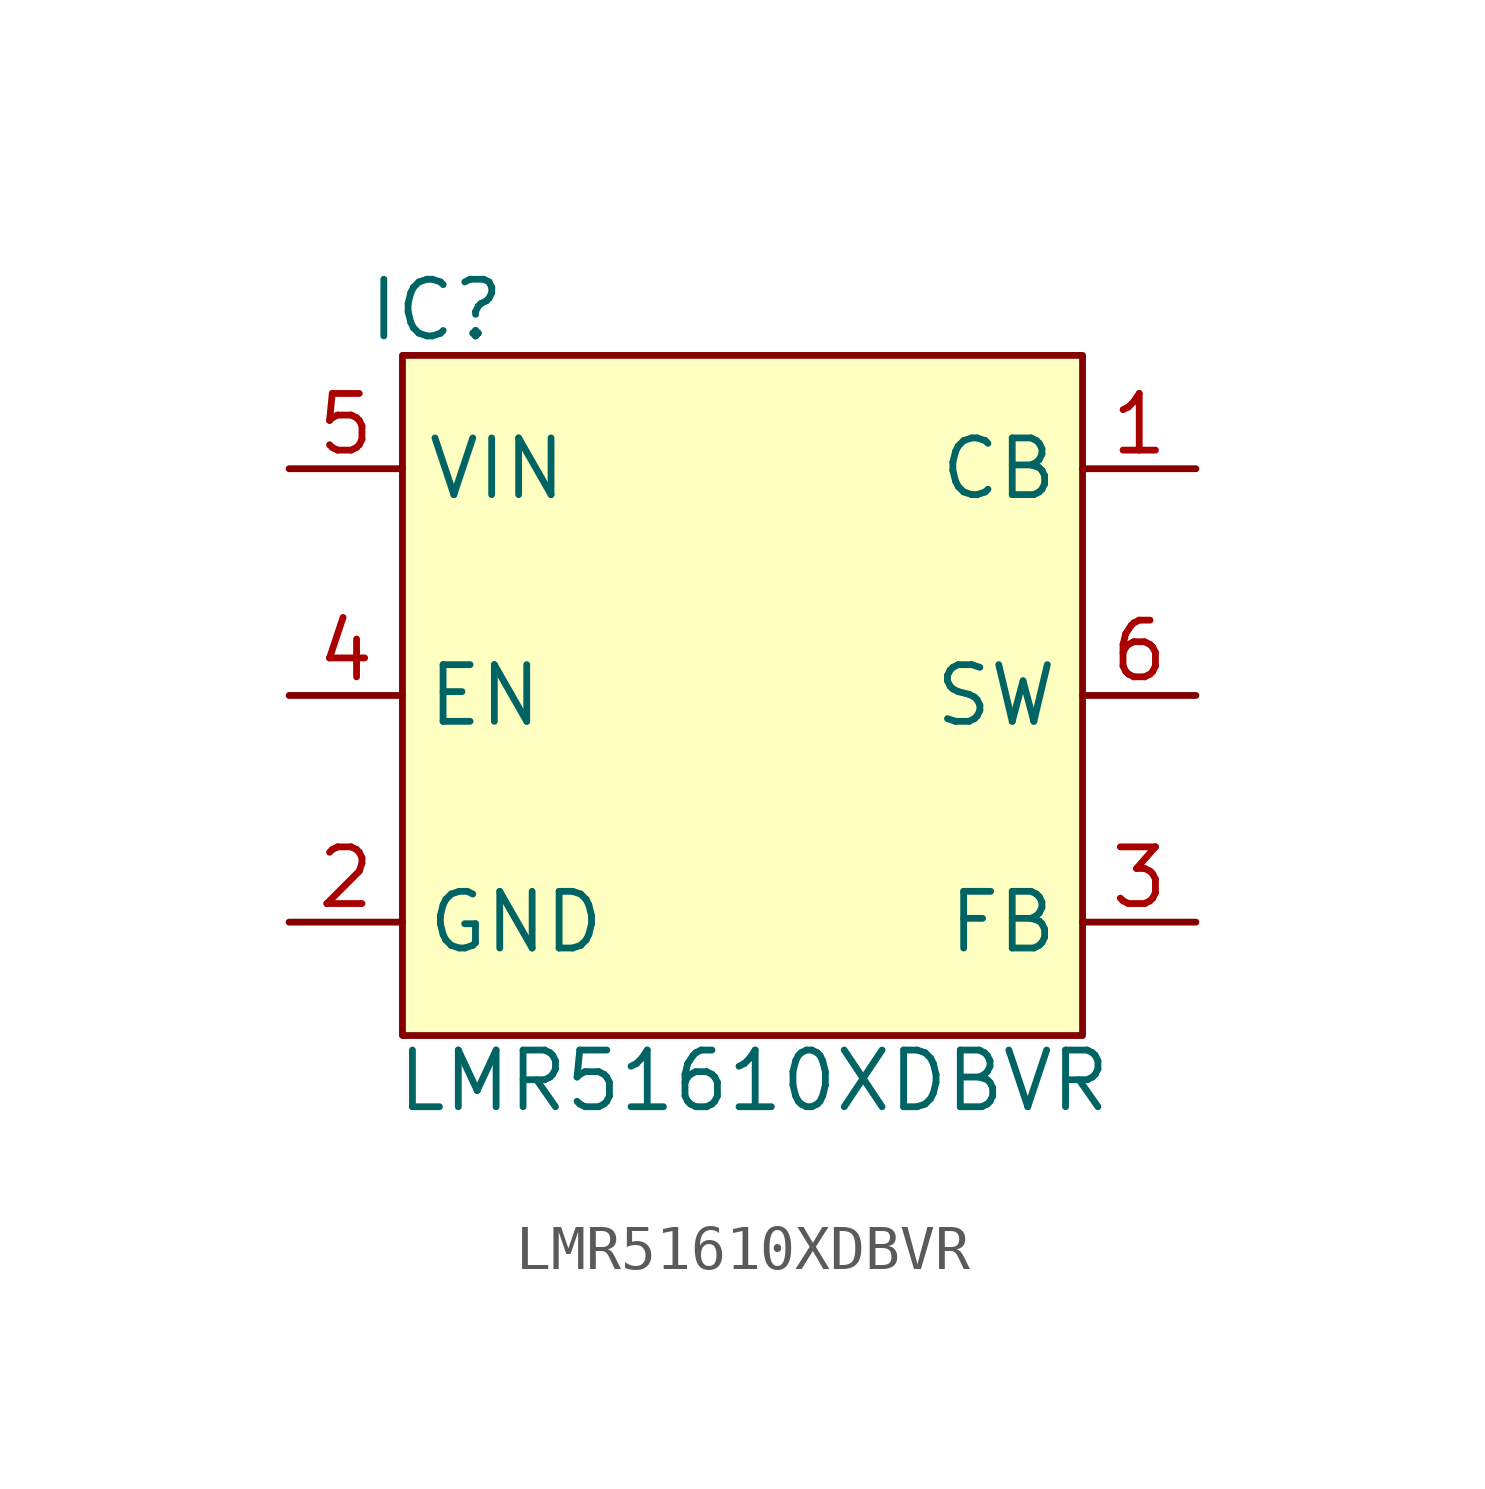
<source format=kicad_sym>
(kicad_symbol_lib
  (version 20241209)
  (generator "kicad_symbol_editor")
  (generator_version "9.0")
  (symbol "LMR51610XDBVR"
    (property "Reference" "IC"
      (at 0.762 16.256 0)
      (effects (font (size 1.27 1.27))))
    (property "Value" "LMR51610XDBVR"
      (at 7.874 -1.016 0)
      (effects (font (size 1.27 1.27))))
    (symbol "LMR51610XDBVR_1_1"
      (rectangle (start 0 15.24) (end 15.24 0) (stroke (width 0) (type solid)) (fill (type background)))
      (pin power_in line (at -2.54 12.7 0) (length 2.54) (name "VIN" (effects (font (size 1.27 1.27)))) (number "5" (effects (font (size 1.27 1.27)))))
      (pin passive line (at -2.54 7.62 0) (length 2.54) (name "EN" (effects (font (size 1.27 1.27)))) (number "4" (effects (font (size 1.27 1.27)))))
      (pin passive line (at -2.54 2.54 0) (length 2.54) (name "GND" (effects (font (size 1.27 1.27)))) (number "2" (effects (font (size 1.27 1.27)))))
      (pin passive line (at 17.78 12.7 180) (length 2.54) (name "CB" (effects (font (size 1.27 1.27)))) (number "1" (effects (font (size 1.27 1.27)))))
      (pin power_out line (at 17.78 7.62 180) (length 2.54) (name "SW" (effects (font (size 1.27 1.27)))) (number "6" (effects (font (size 1.27 1.27)))))
      (pin passive line (at 17.78 2.54 180) (length 2.54) (name "FB" (effects (font (size 1.27 1.27)))) (number "3" (effects (font (size 1.27 1.27))))))))
</source>
